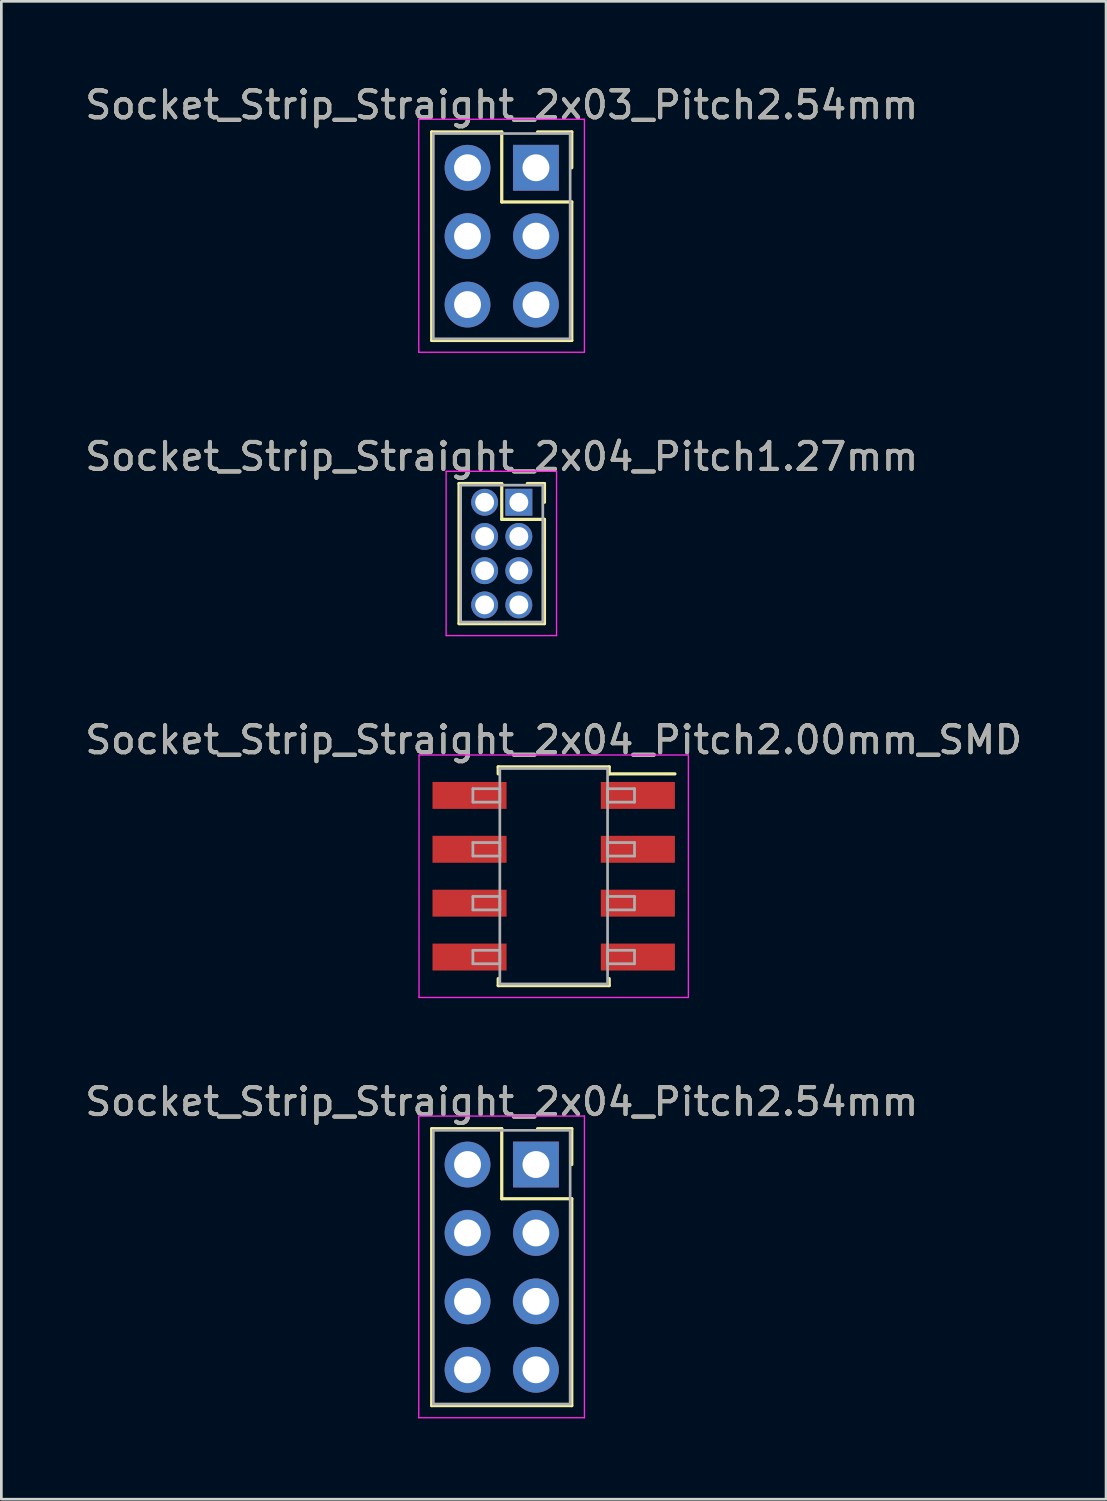
<source format=kicad_pcb>
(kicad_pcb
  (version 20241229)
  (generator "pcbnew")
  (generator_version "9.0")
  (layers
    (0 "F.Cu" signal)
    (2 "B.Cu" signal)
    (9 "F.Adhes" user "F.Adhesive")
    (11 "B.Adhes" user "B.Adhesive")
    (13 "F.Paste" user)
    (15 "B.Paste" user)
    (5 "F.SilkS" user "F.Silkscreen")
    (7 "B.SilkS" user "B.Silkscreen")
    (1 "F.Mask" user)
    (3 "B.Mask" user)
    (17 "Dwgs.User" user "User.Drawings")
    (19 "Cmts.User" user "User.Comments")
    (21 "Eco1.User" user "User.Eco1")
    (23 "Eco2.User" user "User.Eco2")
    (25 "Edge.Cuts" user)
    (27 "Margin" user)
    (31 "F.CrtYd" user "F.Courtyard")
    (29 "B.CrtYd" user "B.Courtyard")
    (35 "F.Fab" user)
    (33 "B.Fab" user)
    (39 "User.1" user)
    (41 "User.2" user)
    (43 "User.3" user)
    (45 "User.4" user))
  (footprint "Socket_Strip_Straight_2x03_Pitch2.54mm"
    (layer "F.Cu")
    (at 16.847 3.178)
    (property "Reference" "Socket_Strip_Straight_2x03_Pitch2.54mm" (at -1.27 -2.33 0) (layer "F.SilkS") (effects (font (size 1 1) (thickness 0.15))))
    (attr through_hole)
    (fp_line (start -3.87 -1.33) (end -1.27 -1.33) (stroke (width 0.12) (type solid)) (layer "F.SilkS"))
    (fp_line (start -3.87 6.41) (end -3.87 -1.33) (stroke (width 0.12) (type solid)) (layer "F.SilkS"))
    (fp_line (start -1.27 -1.33) (end -1.27 1.27) (stroke (width 0.12) (type solid)) (layer "F.SilkS"))
    (fp_line (start -1.27 1.27) (end 1.33 1.27) (stroke (width 0.12) (type solid)) (layer "F.SilkS"))
    (fp_line (start 1.33 -1.33) (end 0.06 -1.33) (stroke (width 0.12) (type solid)) (layer "F.SilkS"))
    (fp_line (start 1.33 0) (end 1.33 -1.33) (stroke (width 0.12) (type solid)) (layer "F.SilkS"))
    (fp_line (start 1.33 1.27) (end 1.33 6.41) (stroke (width 0.12) (type solid)) (layer "F.SilkS"))
    (fp_line (start 1.33 6.41) (end -3.87 6.41) (stroke (width 0.12) (type solid)) (layer "F.SilkS"))
    (fp_line (start -4.35 -1.8) (end -4.35 6.85) (stroke (width 0.05) (type solid)) (layer "F.CrtYd"))
    (fp_line (start -4.35 6.85) (end 1.8 6.85) (stroke (width 0.05) (type solid)) (layer "F.CrtYd"))
    (fp_line (start 1.8 -1.8) (end -4.35 -1.8) (stroke (width 0.05) (type solid)) (layer "F.CrtYd"))
    (fp_line (start 1.8 6.85) (end 1.8 -1.8) (stroke (width 0.05) (type solid)) (layer "F.CrtYd"))
    (fp_line (start -3.81 -1.27) (end -3.81 6.35) (stroke (width 0.1) (type solid)) (layer "F.Fab"))
    (fp_line (start -3.81 6.35) (end 1.27 6.35) (stroke (width 0.1) (type solid)) (layer "F.Fab"))
    (fp_line (start 1.27 -1.27) (end -3.81 -1.27) (stroke (width 0.1) (type solid)) (layer "F.Fab"))
    (fp_line (start 1.27 6.35) (end 1.27 -1.27) (stroke (width 0.1) (type solid)) (layer "F.Fab"))
    (fp_text user "${REFERENCE}" (at -1.27 -2.33 0) (layer "F.Fab") (effects (font (size 1 1) (thickness 0.15))))
    (pad "1" thru_hole rect (at 0 0) (size 1.7 1.7) (drill 1) (layers "*.Cu" "*.Mask"))
    (pad "2" thru_hole oval (at -2.54 0) (size 1.7 1.7) (drill 1) (layers "*.Cu" "*.Mask"))
    (pad "3" thru_hole oval (at 0 2.54) (size 1.7 1.7) (drill 1) (layers "*.Cu" "*.Mask"))
    (pad "4" thru_hole oval (at -2.54 2.54) (size 1.7 1.7) (drill 1) (layers "*.Cu" "*.Mask"))
    (pad "5" thru_hole oval (at 0 5.08) (size 1.7 1.7) (drill 1) (layers "*.Cu" "*.Mask"))
    (pad "6" thru_hole oval (at -2.54 5.08) (size 1.7 1.7) (drill 1) (layers "*.Cu" "*.Mask")))
  (footprint "Socket_Strip_Straight_2x04_Pitch1.27mm"
    (layer "F.Cu")
    (at 16.212 15.597)
    (property "Reference" "Socket_Strip_Straight_2x04_Pitch1.27mm" (at -0.635 -1.695 0) (layer "F.SilkS") (effects (font (size 1 1) (thickness 0.15))))
    (attr through_hole)
    (fp_line (start -2.22 -0.695) (end -0.635 -0.695) (stroke (width 0.12) (type solid)) (layer "F.SilkS"))
    (fp_line (start -2.22 4.505) (end -2.22 -0.695) (stroke (width 0.12) (type solid)) (layer "F.SilkS"))
    (fp_line (start -0.635 -0.695) (end -0.635 0.635) (stroke (width 0.12) (type solid)) (layer "F.SilkS"))
    (fp_line (start -0.635 0.635) (end 0.95 0.635) (stroke (width 0.12) (type solid)) (layer "F.SilkS"))
    (fp_line (start 0.95 -0.695) (end 0.315 -0.695) (stroke (width 0.12) (type solid)) (layer "F.SilkS"))
    (fp_line (start 0.95 0) (end 0.95 -0.695) (stroke (width 0.12) (type solid)) (layer "F.SilkS"))
    (fp_line (start 0.95 0.635) (end 0.95 4.505) (stroke (width 0.12) (type solid)) (layer "F.SilkS"))
    (fp_line (start 0.95 4.505) (end -2.22 4.505) (stroke (width 0.12) (type solid)) (layer "F.SilkS"))
    (fp_line (start -2.7 -1.15) (end -2.7 4.95) (stroke (width 0.05) (type solid)) (layer "F.CrtYd"))
    (fp_line (start -2.7 4.95) (end 1.4 4.95) (stroke (width 0.05) (type solid)) (layer "F.CrtYd"))
    (fp_line (start 1.4 -1.15) (end -2.7 -1.15) (stroke (width 0.05) (type solid)) (layer "F.CrtYd"))
    (fp_line (start 1.4 4.95) (end 1.4 -1.15) (stroke (width 0.05) (type solid)) (layer "F.CrtYd"))
    (fp_line (start -2.16 -0.635) (end -2.16 4.445) (stroke (width 0.1) (type solid)) (layer "F.Fab"))
    (fp_line (start -2.16 4.445) (end 0.89 4.445) (stroke (width 0.1) (type solid)) (layer "F.Fab"))
    (fp_line (start 0.89 -0.635) (end -2.16 -0.635) (stroke (width 0.1) (type solid)) (layer "F.Fab"))
    (fp_line (start 0.89 4.445) (end 0.89 -0.635) (stroke (width 0.1) (type solid)) (layer "F.Fab"))
    (fp_text user "${REFERENCE}" (at -0.635 -1.695 0) (layer "F.Fab") (effects (font (size 1 1) (thickness 0.15))))
    (pad "1" thru_hole rect (at 0 0) (size 1 1) (drill 0.7) (layers "*.Cu" "*.Mask"))
    (pad "2" thru_hole oval (at -1.27 0) (size 1 1) (drill 0.7) (layers "*.Cu" "*.Mask"))
    (pad "3" thru_hole oval (at 0 1.27) (size 1 1) (drill 0.7) (layers "*.Cu" "*.Mask"))
    (pad "4" thru_hole oval (at -1.27 1.27) (size 1 1) (drill 0.7) (layers "*.Cu" "*.Mask"))
    (pad "5" thru_hole oval (at 0 2.54) (size 1 1) (drill 0.7) (layers "*.Cu" "*.Mask"))
    (pad "6" thru_hole oval (at -1.27 2.54) (size 1 1) (drill 0.7) (layers "*.Cu" "*.Mask"))
    (pad "7" thru_hole oval (at 0 3.81) (size 1 1) (drill 0.7) (layers "*.Cu" "*.Mask"))
    (pad "8" thru_hole oval (at -1.27 3.81) (size 1 1) (drill 0.7) (layers "*.Cu" "*.Mask")))
  (footprint "Socket_Strip_Straight_2x04_Pitch2.00mm_SMD"
    (layer "F.Cu")
    (at 17.506 29.48)
    (property "Reference" "Socket_Strip_Straight_2x04_Pitch2.00mm_SMD" (at 0 -5.06 0) (layer "F.SilkS") (effects (font (size 1 1) (thickness 0.15))))
    (attr smd)
    (fp_line (start -2.06 -4.06) (end 2.06 -4.06) (stroke (width 0.12) (type solid)) (layer "F.SilkS"))
    (fp_line (start -2.06 -3.8) (end -2.06 -4.06) (stroke (width 0.12) (type solid)) (layer "F.SilkS"))
    (fp_line (start -2.06 3.8) (end -2.06 4.06) (stroke (width 0.12) (type solid)) (layer "F.SilkS"))
    (fp_line (start -2.06 4.06) (end 2.06 4.06) (stroke (width 0.12) (type solid)) (layer "F.SilkS"))
    (fp_line (start 2.06 -4.06) (end 2.06 -3.8) (stroke (width 0.12) (type solid)) (layer "F.SilkS"))
    (fp_line (start 2.06 4.06) (end 2.06 3.8) (stroke (width 0.12) (type solid)) (layer "F.SilkS"))
    (fp_line (start 4.5 -3.8) (end 2.06 -3.8) (stroke (width 0.12) (type solid)) (layer "F.SilkS"))
    (fp_line (start -5 -4.5) (end -5 4.5) (stroke (width 0.05) (type solid)) (layer "F.CrtYd"))
    (fp_line (start -5 4.5) (end 5 4.5) (stroke (width 0.05) (type solid)) (layer "F.CrtYd"))
    (fp_line (start 5 -4.5) (end -5 -4.5) (stroke (width 0.05) (type solid)) (layer "F.CrtYd"))
    (fp_line (start 5 4.5) (end 5 -4.5) (stroke (width 0.05) (type solid)) (layer "F.CrtYd"))
    (fp_line (start -3 -3.25) (end -2 -3.25) (stroke (width 0.1) (type solid)) (layer "F.Fab"))
    (fp_line (start -3 -2.75) (end -3 -3.25) (stroke (width 0.1) (type solid)) (layer "F.Fab"))
    (fp_line (start -3 -1.25) (end -2 -1.25) (stroke (width 0.1) (type solid)) (layer "F.Fab"))
    (fp_line (start -3 -0.75) (end -3 -1.25) (stroke (width 0.1) (type solid)) (layer "F.Fab"))
    (fp_line (start -3 0.75) (end -2 0.75) (stroke (width 0.1) (type solid)) (layer "F.Fab"))
    (fp_line (start -3 1.25) (end -3 0.75) (stroke (width 0.1) (type solid)) (layer "F.Fab"))
    (fp_line (start -3 2.75) (end -2 2.75) (stroke (width 0.1) (type solid)) (layer "F.Fab"))
    (fp_line (start -3 3.25) (end -3 2.75) (stroke (width 0.1) (type solid)) (layer "F.Fab"))
    (fp_line (start -2 -4) (end -2 4) (stroke (width 0.1) (type solid)) (layer "F.Fab"))
    (fp_line (start -2 -3.25) (end -2 -2.75) (stroke (width 0.1) (type solid)) (layer "F.Fab"))
    (fp_line (start -2 -2.75) (end -3 -2.75) (stroke (width 0.1) (type solid)) (layer "F.Fab"))
    (fp_line (start -2 -1.25) (end -2 -0.75) (stroke (width 0.1) (type solid)) (layer "F.Fab"))
    (fp_line (start -2 -0.75) (end -3 -0.75) (stroke (width 0.1) (type solid)) (layer "F.Fab"))
    (fp_line (start -2 0.75) (end -2 1.25) (stroke (width 0.1) (type solid)) (layer "F.Fab"))
    (fp_line (start -2 1.25) (end -3 1.25) (stroke (width 0.1) (type solid)) (layer "F.Fab"))
    (fp_line (start -2 2.75) (end -2 3.25) (stroke (width 0.1) (type solid)) (layer "F.Fab"))
    (fp_line (start -2 3.25) (end -3 3.25) (stroke (width 0.1) (type solid)) (layer "F.Fab"))
    (fp_line (start -2 4) (end 2 4) (stroke (width 0.1) (type solid)) (layer "F.Fab"))
    (fp_line (start 2 -4) (end -2 -4) (stroke (width 0.1) (type solid)) (layer "F.Fab"))
    (fp_line (start 2 -3.25) (end 2 -2.75) (stroke (width 0.1) (type solid)) (layer "F.Fab"))
    (fp_line (start 2 -2.75) (end 3 -2.75) (stroke (width 0.1) (type solid)) (layer "F.Fab"))
    (fp_line (start 2 -1.25) (end 2 -0.75) (stroke (width 0.1) (type solid)) (layer "F.Fab"))
    (fp_line (start 2 -0.75) (end 3 -0.75) (stroke (width 0.1) (type solid)) (layer "F.Fab"))
    (fp_line (start 2 0.75) (end 2 1.25) (stroke (width 0.1) (type solid)) (layer "F.Fab"))
    (fp_line (start 2 1.25) (end 3 1.25) (stroke (width 0.1) (type solid)) (layer "F.Fab"))
    (fp_line (start 2 2.75) (end 2 3.25) (stroke (width 0.1) (type solid)) (layer "F.Fab"))
    (fp_line (start 2 3.25) (end 3 3.25) (stroke (width 0.1) (type solid)) (layer "F.Fab"))
    (fp_line (start 2 4) (end 2 -4) (stroke (width 0.1) (type solid)) (layer "F.Fab"))
    (fp_line (start 3 -3.25) (end 2 -3.25) (stroke (width 0.1) (type solid)) (layer "F.Fab"))
    (fp_line (start 3 -2.75) (end 3 -3.25) (stroke (width 0.1) (type solid)) (layer "F.Fab"))
    (fp_line (start 3 -1.25) (end 2 -1.25) (stroke (width 0.1) (type solid)) (layer "F.Fab"))
    (fp_line (start 3 -0.75) (end 3 -1.25) (stroke (width 0.1) (type solid)) (layer "F.Fab"))
    (fp_line (start 3 0.75) (end 2 0.75) (stroke (width 0.1) (type solid)) (layer "F.Fab"))
    (fp_line (start 3 1.25) (end 3 0.75) (stroke (width 0.1) (type solid)) (layer "F.Fab"))
    (fp_line (start 3 2.75) (end 2 2.75) (stroke (width 0.1) (type solid)) (layer "F.Fab"))
    (fp_line (start 3 3.25) (end 3 2.75) (stroke (width 0.1) (type solid)) (layer "F.Fab"))
    (fp_text user "${REFERENCE}" (at 0 -5.06 0) (layer "F.Fab") (effects (font (size 1 1) (thickness 0.15))))
    (pad "1" smd rect (at 3.125 -3) (size 2.75 1) (layers "F.Cu" "F.Mask" "F.Paste"))
    (pad "2" smd rect (at -3.125 -3) (size 2.75 1) (layers "F.Cu" "F.Mask" "F.Paste"))
    (pad "3" smd rect (at 3.125 -1) (size 2.75 1) (layers "F.Cu" "F.Mask" "F.Paste"))
    (pad "4" smd rect (at -3.125 -1) (size 2.75 1) (layers "F.Cu" "F.Mask" "F.Paste"))
    (pad "5" smd rect (at 3.125 1) (size 2.75 1) (layers "F.Cu" "F.Mask" "F.Paste"))
    (pad "6" smd rect (at -3.125 1) (size 2.75 1) (layers "F.Cu" "F.Mask" "F.Paste"))
    (pad "7" smd rect (at 3.125 3) (size 2.75 1) (layers "F.Cu" "F.Mask" "F.Paste"))
    (pad "8" smd rect (at -3.125 3) (size 2.75 1) (layers "F.Cu" "F.Mask" "F.Paste")))
  (footprint "Socket_Strip_Straight_2x04_Pitch2.54mm"
    (layer "F.Cu")
    (at 16.847 40.183)
    (property "Reference" "Socket_Strip_Straight_2x04_Pitch2.54mm" (at -1.27 -2.33 0) (layer "F.SilkS") (effects (font (size 1 1) (thickness 0.15))))
    (attr through_hole)
    (fp_line (start -3.87 -1.33) (end -1.27 -1.33) (stroke (width 0.12) (type solid)) (layer "F.SilkS"))
    (fp_line (start -3.87 8.95) (end -3.87 -1.33) (stroke (width 0.12) (type solid)) (layer "F.SilkS"))
    (fp_line (start -1.27 -1.33) (end -1.27 1.27) (stroke (width 0.12) (type solid)) (layer "F.SilkS"))
    (fp_line (start -1.27 1.27) (end 1.33 1.27) (stroke (width 0.12) (type solid)) (layer "F.SilkS"))
    (fp_line (start 1.33 -1.33) (end 0.06 -1.33) (stroke (width 0.12) (type solid)) (layer "F.SilkS"))
    (fp_line (start 1.33 0) (end 1.33 -1.33) (stroke (width 0.12) (type solid)) (layer "F.SilkS"))
    (fp_line (start 1.33 1.27) (end 1.33 8.95) (stroke (width 0.12) (type solid)) (layer "F.SilkS"))
    (fp_line (start 1.33 8.95) (end -3.87 8.95) (stroke (width 0.12) (type solid)) (layer "F.SilkS"))
    (fp_line (start -4.35 -1.8) (end -4.35 9.4) (stroke (width 0.05) (type solid)) (layer "F.CrtYd"))
    (fp_line (start -4.35 9.4) (end 1.8 9.4) (stroke (width 0.05) (type solid)) (layer "F.CrtYd"))
    (fp_line (start 1.8 -1.8) (end -4.35 -1.8) (stroke (width 0.05) (type solid)) (layer "F.CrtYd"))
    (fp_line (start 1.8 9.4) (end 1.8 -1.8) (stroke (width 0.05) (type solid)) (layer "F.CrtYd"))
    (fp_line (start -3.81 -1.27) (end -3.81 8.89) (stroke (width 0.1) (type solid)) (layer "F.Fab"))
    (fp_line (start -3.81 8.89) (end 1.27 8.89) (stroke (width 0.1) (type solid)) (layer "F.Fab"))
    (fp_line (start 1.27 -1.27) (end -3.81 -1.27) (stroke (width 0.1) (type solid)) (layer "F.Fab"))
    (fp_line (start 1.27 8.89) (end 1.27 -1.27) (stroke (width 0.1) (type solid)) (layer "F.Fab"))
    (fp_text user "${REFERENCE}" (at -1.27 -2.33 0) (layer "F.Fab") (effects (font (size 1 1) (thickness 0.15))))
    (pad "1" thru_hole rect (at 0 0) (size 1.7 1.7) (drill 1) (layers "*.Cu" "*.Mask"))
    (pad "2" thru_hole oval (at -2.54 0) (size 1.7 1.7) (drill 1) (layers "*.Cu" "*.Mask"))
    (pad "3" thru_hole oval (at 0 2.54) (size 1.7 1.7) (drill 1) (layers "*.Cu" "*.Mask"))
    (pad "4" thru_hole oval (at -2.54 2.54) (size 1.7 1.7) (drill 1) (layers "*.Cu" "*.Mask"))
    (pad "5" thru_hole oval (at 0 5.08) (size 1.7 1.7) (drill 1) (layers "*.Cu" "*.Mask"))
    (pad "6" thru_hole oval (at -2.54 5.08) (size 1.7 1.7) (drill 1) (layers "*.Cu" "*.Mask"))
    (pad "7" thru_hole oval (at 0 7.62) (size 1.7 1.7) (drill 1) (layers "*.Cu" "*.Mask"))
    (pad "8" thru_hole oval (at -2.54 7.62) (size 1.7 1.7) (drill 1) (layers "*.Cu" "*.Mask")))
  (gr_rect
    (start -3 -3)
    (end 38.012 52.608)
    (stroke (width 0.1) (type default))
    (fill no)
    (layer "Edge.Cuts")))
</source>
